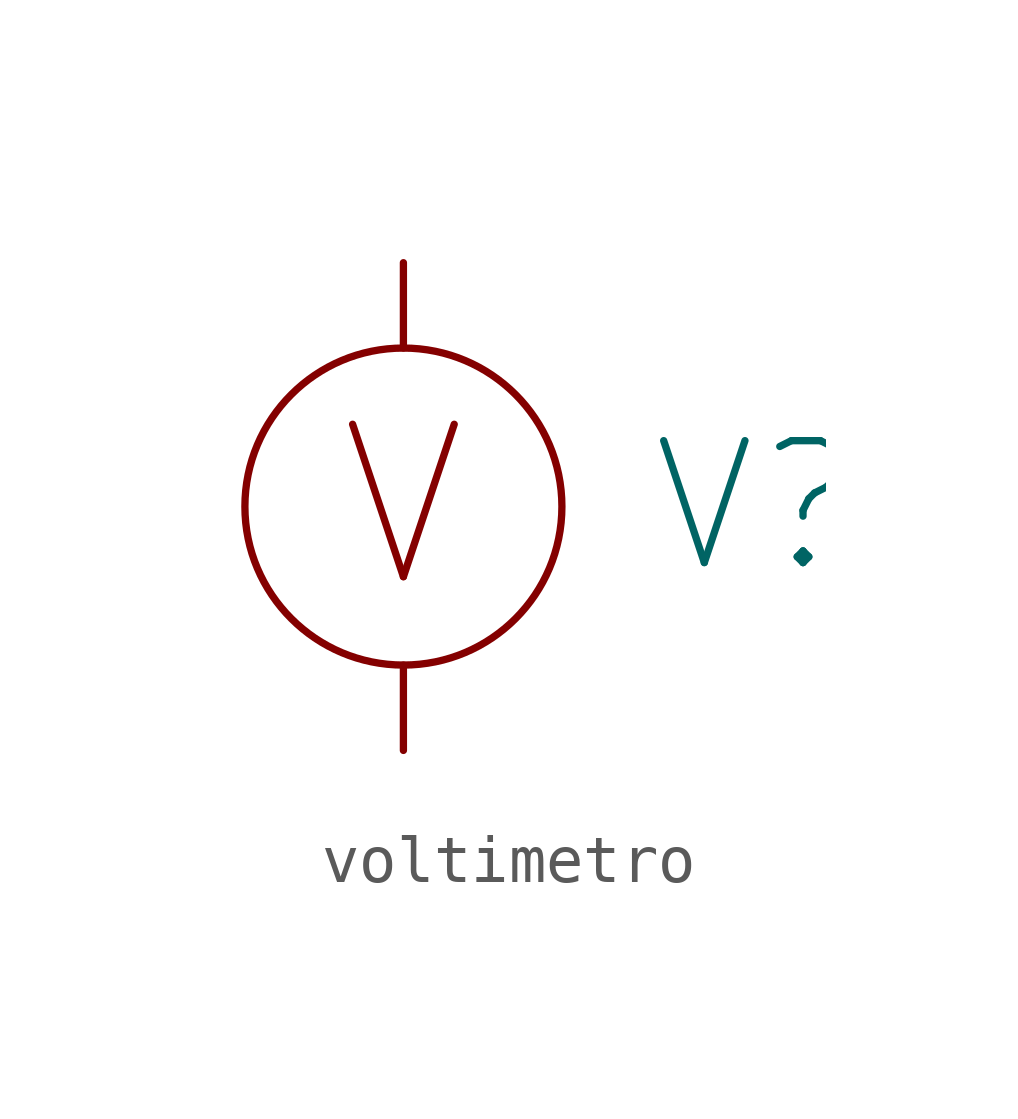
<source format=kicad_sym>
(kicad_symbol_lib
  (version 20211014)
  (generator kicad_symbol_editor)
  (symbol "voltimetro"
    (pin_names
      (offset 1.016))
    (property "Reference" "V"
      (at 5.08 -5.08 0)
      (effects (font (size 2.54 2.54)) (justify left)))
    (symbol "voltimetro_0_0"
      (text "V" (at 0 -5.08 0) (effects (font (size 3.175 3.175)))))
    (symbol "voltimetro_0_1"
      (circle (center 0 -5.08) (radius 3.302) (stroke (width 0) (type default) (color 0 0 0 0)) (fill (type none))))
    (symbol "voltimetro_1_1"
      (pin input line (at 0 -10.16 90) (length 1.778) (name "~" (effects (font (size 1.27 1.27)))) (number "~" (effects (font (size 1.143 1.143)))))
      (pin input line (at 0 0 270) (length 1.778) (name "~" (effects (font (size 1.27 1.27)))) (number "~" (effects (font (size 1.143 1.143))))))))
</source>
